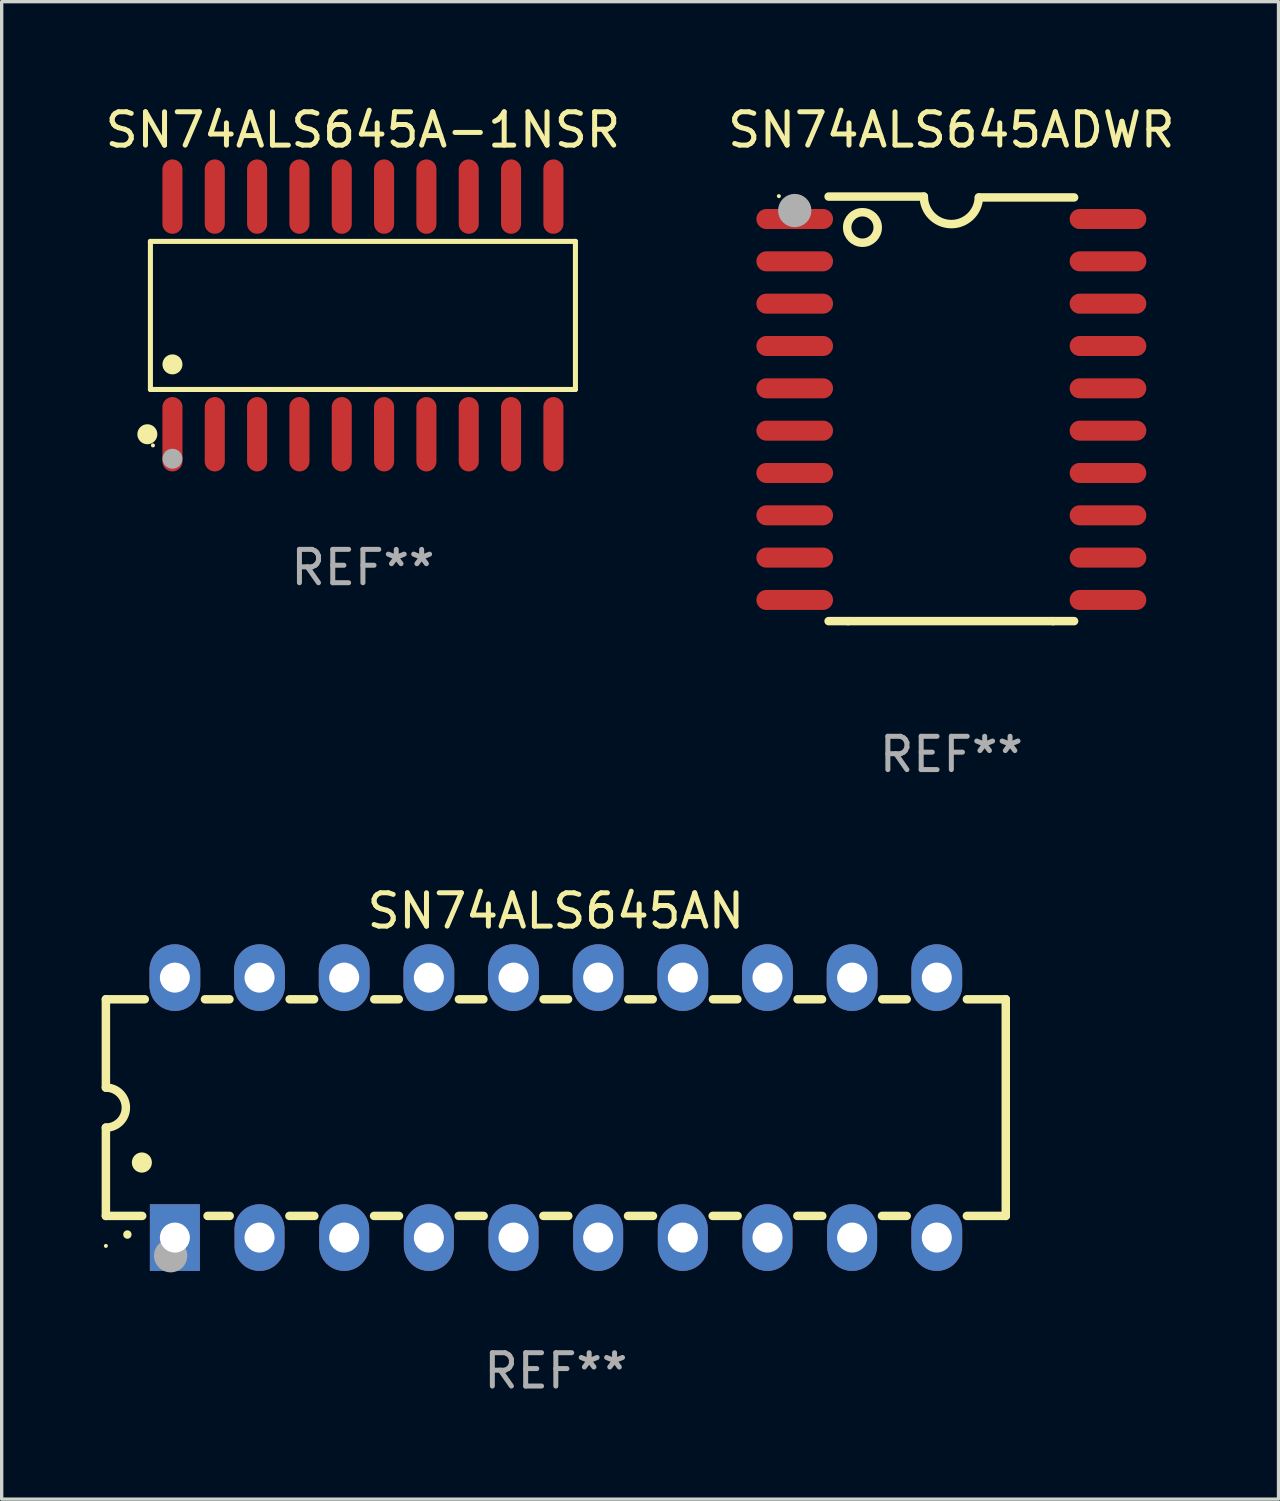
<source format=kicad_pcb>
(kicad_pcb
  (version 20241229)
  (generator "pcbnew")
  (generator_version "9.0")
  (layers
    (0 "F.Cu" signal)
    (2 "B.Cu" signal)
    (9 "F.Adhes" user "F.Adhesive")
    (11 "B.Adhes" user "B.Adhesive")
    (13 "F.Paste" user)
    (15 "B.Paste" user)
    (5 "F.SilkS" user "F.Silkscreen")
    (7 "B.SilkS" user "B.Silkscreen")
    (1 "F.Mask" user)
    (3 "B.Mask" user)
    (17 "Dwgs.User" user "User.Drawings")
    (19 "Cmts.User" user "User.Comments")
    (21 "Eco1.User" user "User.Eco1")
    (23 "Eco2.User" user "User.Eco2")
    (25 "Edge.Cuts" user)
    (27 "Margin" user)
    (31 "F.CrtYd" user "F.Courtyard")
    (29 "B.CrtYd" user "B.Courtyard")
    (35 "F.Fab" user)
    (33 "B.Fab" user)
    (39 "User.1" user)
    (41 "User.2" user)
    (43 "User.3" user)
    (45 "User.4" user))
  (footprint "SN74ALS645A-1NSR"
    (layer "F.Cu")
    (at 7.839 6.414)
    (property "Reference" "SN74ALS645A-1NSR" (at 0 -5.565 0) (layer "F.SilkS") (effects (font (size 1 1) (thickness 0.15))))
    (attr through_hole)
    (fp_line (start -6.376 -2.221) (end 6.376 -2.221) (stroke (width 0.152) (type solid)) (layer "F.SilkS"))
    (fp_line (start -6.376 2.221) (end -6.376 -2.221) (stroke (width 0.152) (type solid)) (layer "F.SilkS"))
    (fp_line (start 6.376 -2.221) (end 6.376 2.221) (stroke (width 0.152) (type solid)) (layer "F.SilkS"))
    (fp_line (start 6.376 2.221) (end -6.376 2.221) (stroke (width 0.152) (type solid)) (layer "F.SilkS"))
    (fp_circle (center -6.468 3.565) (end -6.318 3.565) (stroke (width 0.3) (type solid)) (fill no) (layer "F.SilkS"))
    (fp_circle (center -6.3 3.9) (end -6.27 3.9) (stroke (width 0.06) (type solid)) (fill no) (layer "F.SilkS"))
    (fp_circle (center -5.715 1.469) (end -5.565 1.469) (stroke (width 0.3) (type solid)) (fill no) (layer "F.SilkS"))
    (fp_circle (center -5.715 4.3) (end -5.565 4.3) (stroke (width 0.3) (type solid)) (fill no) (layer "F.Fab"))
    (fp_text user "REF**" (at 0 7.565 0) (layer "F.Fab") (effects (font (size 1 1) (thickness 0.15))))
    (pad "1" smd oval (at -5.715 3.565) (size 0.602 2.231) (layers "F.Cu" "F.Mask" "F.Paste"))
    (pad "2" smd oval (at -4.445 3.565) (size 0.602 2.231) (layers "F.Cu" "F.Mask" "F.Paste"))
    (pad "3" smd oval (at -3.175 3.565) (size 0.602 2.231) (layers "F.Cu" "F.Mask" "F.Paste"))
    (pad "4" smd oval (at -1.905 3.565) (size 0.602 2.231) (layers "F.Cu" "F.Mask" "F.Paste"))
    (pad "5" smd oval (at -0.635 3.565) (size 0.602 2.231) (layers "F.Cu" "F.Mask" "F.Paste"))
    (pad "6" smd oval (at 0.635 3.565) (size 0.602 2.231) (layers "F.Cu" "F.Mask" "F.Paste"))
    (pad "7" smd oval (at 1.905 3.565) (size 0.602 2.231) (layers "F.Cu" "F.Mask" "F.Paste"))
    (pad "8" smd oval (at 3.175 3.565) (size 0.602 2.231) (layers "F.Cu" "F.Mask" "F.Paste"))
    (pad "9" smd oval (at 4.445 3.565) (size 0.602 2.231) (layers "F.Cu" "F.Mask" "F.Paste"))
    (pad "10" smd oval (at 5.715 3.565) (size 0.602 2.231) (layers "F.Cu" "F.Mask" "F.Paste"))
    (pad "11" smd oval (at 5.715 -3.565) (size 0.602 2.231) (layers "F.Cu" "F.Mask" "F.Paste"))
    (pad "12" smd oval (at 4.445 -3.565) (size 0.602 2.231) (layers "F.Cu" "F.Mask" "F.Paste"))
    (pad "13" smd oval (at 3.175 -3.565) (size 0.602 2.231) (layers "F.Cu" "F.Mask" "F.Paste"))
    (pad "14" smd oval (at 1.905 -3.565) (size 0.602 2.231) (layers "F.Cu" "F.Mask" "F.Paste"))
    (pad "15" smd oval (at 0.635 -3.565) (size 0.602 2.231) (layers "F.Cu" "F.Mask" "F.Paste"))
    (pad "16" smd oval (at -0.635 -3.565) (size 0.602 2.231) (layers "F.Cu" "F.Mask" "F.Paste"))
    (pad "17" smd oval (at -1.905 -3.565) (size 0.602 2.231) (layers "F.Cu" "F.Mask" "F.Paste"))
    (pad "18" smd oval (at -3.175 -3.565) (size 0.602 2.231) (layers "F.Cu" "F.Mask" "F.Paste"))
    (pad "19" smd oval (at -4.445 -3.565) (size 0.602 2.231) (layers "F.Cu" "F.Mask" "F.Paste"))
    (pad "20" smd oval (at -5.715 -3.565) (size 0.602 2.231) (layers "F.Cu" "F.Mask" "F.Paste")))
  (footprint "SN74ALS645AN"
    (layer "F.Cu")
    (at 13.627 30.182)
    (property "Reference" "SN74ALS645AN" (at 0 -5.9 0) (layer "F.SilkS") (effects (font (size 1 1) (thickness 0.15))))
    (attr through_hole)
    (fp_line (start -13.5 -3.25) (end -12.333 -3.25) (stroke (width 0.254) (type solid)) (layer "F.SilkS"))
    (fp_line (start -13.5 -0.6) (end -13.5 -3.25) (stroke (width 0.254) (type solid)) (layer "F.SilkS"))
    (fp_line (start -13.5 3.25) (end -13.5 0.6) (stroke (width 0.254) (type solid)) (layer "F.SilkS"))
    (fp_line (start -13.5 3.25) (end -12.411 3.25) (stroke (width 0.254) (type solid)) (layer "F.SilkS"))
    (fp_line (start -10.527 -3.25) (end -9.793 -3.25) (stroke (width 0.254) (type solid)) (layer "F.SilkS"))
    (fp_line (start -10.449 3.25) (end -9.786 3.25) (stroke (width 0.254) (type solid)) (layer "F.SilkS"))
    (fp_line (start -7.994 3.25) (end -7.246 3.25) (stroke (width 0.254) (type solid)) (layer "F.SilkS"))
    (fp_line (start -7.987 -3.25) (end -7.253 -3.25) (stroke (width 0.254) (type solid)) (layer "F.SilkS"))
    (fp_line (start -5.454 3.25) (end -4.706 3.25) (stroke (width 0.254) (type solid)) (layer "F.SilkS"))
    (fp_line (start -5.447 -3.25) (end -4.713 -3.25) (stroke (width 0.254) (type solid)) (layer "F.SilkS"))
    (fp_line (start -2.914 3.25) (end -2.166 3.25) (stroke (width 0.254) (type solid)) (layer "F.SilkS"))
    (fp_line (start -2.907 -3.25) (end -2.173 -3.25) (stroke (width 0.254) (type solid)) (layer "F.SilkS"))
    (fp_line (start -0.374 3.25) (end 0.374 3.25) (stroke (width 0.254) (type solid)) (layer "F.SilkS"))
    (fp_line (start -0.367 -3.25) (end 0.367 -3.25) (stroke (width 0.254) (type solid)) (layer "F.SilkS"))
    (fp_line (start 2.166 3.25) (end 2.914 3.25) (stroke (width 0.254) (type solid)) (layer "F.SilkS"))
    (fp_line (start 2.173 -3.25) (end 2.907 -3.25) (stroke (width 0.254) (type solid)) (layer "F.SilkS"))
    (fp_line (start 4.706 3.25) (end 5.454 3.25) (stroke (width 0.254) (type solid)) (layer "F.SilkS"))
    (fp_line (start 4.713 -3.25) (end 5.447 -3.25) (stroke (width 0.254) (type solid)) (layer "F.SilkS"))
    (fp_line (start 7.246 3.25) (end 7.994 3.25) (stroke (width 0.254) (type solid)) (layer "F.SilkS"))
    (fp_line (start 7.253 -3.25) (end 7.987 -3.25) (stroke (width 0.254) (type solid)) (layer "F.SilkS"))
    (fp_line (start 9.786 3.25) (end 10.527 3.25) (stroke (width 0.254) (type solid)) (layer "F.SilkS"))
    (fp_line (start 9.793 -3.25) (end 10.527 -3.25) (stroke (width 0.254) (type solid)) (layer "F.SilkS"))
    (fp_line (start 12.333 -3.25) (end 13.5 -3.25) (stroke (width 0.254) (type solid)) (layer "F.SilkS"))
    (fp_line (start 12.333 3.25) (end 13.5 3.25) (stroke (width 0.254) (type solid)) (layer "F.SilkS"))
    (fp_line (start 13.5 -3.25) (end 13.5 3.25) (stroke (width 0.254) (type solid)) (layer "F.SilkS"))
    (fp_arc (start -13.500127 -0.599442) (mid -12.900406 0.000228) (end -13.500025 0.6) (stroke (width 0.254001) (type solid)) (layer "F.SilkS"))
    (fp_arc (start -12.854966 3.810008) (mid -12.854973 3.808738) (end -12.854966 3.807468) (stroke (width 0.25) (type solid)) (layer "F.SilkS"))
    (fp_arc (start -12.420625 1.651003) (mid -12.420636 1.648463) (end -12.420625 1.645923) (stroke (width 0.6) (type solid)) (layer "F.SilkS"))
    (fp_circle (center -13.5 4.15) (end -13.47 4.15) (stroke (width 0.06) (type solid)) (fill no) (layer "F.SilkS"))
    (fp_circle (center -11.557 4.445) (end -11.307 4.445) (stroke (width 0.5) (type solid)) (fill no) (layer "F.Fab"))
    (fp_text user "REF**" (at 0 7.9 0) (layer "F.Fab") (effects (font (size 1 1) (thickness 0.15))))
    (pad "1" thru_hole rect (at -11.43 3.9 90) (size 2 1.5) (drill 0.9) (layers "*.Cu" "*.Mask"))
    (pad "2" thru_hole oval (at -8.89 3.9 90) (size 2 1.5) (drill 0.9) (layers "*.Cu" "*.Mask"))
    (pad "3" thru_hole oval (at -6.35 3.9 90) (size 2 1.5) (drill 0.9) (layers "*.Cu" "*.Mask"))
    (pad "4" thru_hole oval (at -3.81 3.9 90) (size 2 1.5) (drill 0.9) (layers "*.Cu" "*.Mask"))
    (pad "5" thru_hole oval (at -1.27 3.9 90) (size 2 1.5) (drill 0.9) (layers "*.Cu" "*.Mask"))
    (pad "6" thru_hole oval (at 1.27 3.9 90) (size 2 1.5) (drill 0.9) (layers "*.Cu" "*.Mask"))
    (pad "7" thru_hole oval (at 3.81 3.9 90) (size 2 1.5) (drill 0.9) (layers "*.Cu" "*.Mask"))
    (pad "8" thru_hole oval (at 6.35 3.9 90) (size 2 1.5) (drill 0.9) (layers "*.Cu" "*.Mask"))
    (pad "9" thru_hole oval (at 8.89 3.9 90) (size 2 1.5) (drill 0.9) (layers "*.Cu" "*.Mask"))
    (pad "10" thru_hole oval (at 11.43 3.9 90) (size 2 1.524) (drill 0.9) (layers "*.Cu" "*.Mask"))
    (pad "11" thru_hole oval (at 11.43 -3.9 90) (size 2 1.524) (drill 0.9) (layers "*.Cu" "*.Mask"))
    (pad "12" thru_hole oval (at 8.89 -3.9 90) (size 2 1.524) (drill 0.9) (layers "*.Cu" "*.Mask"))
    (pad "13" thru_hole oval (at 6.35 -3.9 90) (size 2 1.524) (drill 0.9) (layers "*.Cu" "*.Mask"))
    (pad "14" thru_hole oval (at 3.81 -3.9 90) (size 2 1.524) (drill 0.9) (layers "*.Cu" "*.Mask"))
    (pad "15" thru_hole oval (at 1.27 -3.9 90) (size 2 1.524) (drill 0.9) (layers "*.Cu" "*.Mask"))
    (pad "16" thru_hole oval (at -1.27 -3.9 90) (size 2 1.524) (drill 0.9) (layers "*.Cu" "*.Mask"))
    (pad "17" thru_hole oval (at -3.81 -3.9 90) (size 2 1.524) (drill 0.9) (layers "*.Cu" "*.Mask"))
    (pad "18" thru_hole oval (at -6.35 -3.9 90) (size 2 1.524) (drill 0.9) (layers "*.Cu" "*.Mask"))
    (pad "19" thru_hole oval (at -8.89 -3.9 90) (size 2 1.524) (drill 0.9) (layers "*.Cu" "*.Mask"))
    (pad "20" thru_hole oval (at -11.43 -3.9 90) (size 2 1.524) (drill 0.9) (layers "*.Cu" "*.Mask")))
  (footprint "SN74ALS645ADWR"
    (layer "F.Cu")
    (at 25.494 9.217)
    (property "Reference" "SN74ALS645ADWR" (at 0 -8.369 0) (layer "F.SilkS") (effects (font (size 1 1) (thickness 0.15))))
    (attr through_hole)
    (fp_line (start -3.096 6.369) (end -3.683 6.369) (stroke (width 0.254) (type solid)) (layer "F.SilkS"))
    (fp_line (start -0.825 -6.369) (end -3.683 -6.369) (stroke (width 0.254) (type solid)) (layer "F.SilkS"))
    (fp_line (start 0.826 -6.343) (end 3.683 -6.343) (stroke (width 0.254) (type solid)) (layer "F.SilkS"))
    (fp_line (start 3.048 6.369) (end -3.096 6.369) (stroke (width 0.254) (type solid)) (layer "F.SilkS"))
    (fp_line (start 3.048 6.369) (end 3.683 6.369) (stroke (width 0.254) (type solid)) (layer "F.SilkS"))
    (fp_arc (start 0.825527 -6.343129) (mid -0.012478 -5.543126) (end -0.825476 -6.36853) (stroke (width 0.254001) (type solid)) (layer "F.SilkS"))
    (fp_circle (center -5.175 -6.382) (end -5.145 -6.382) (stroke (width 0.06) (type solid)) (fill no) (layer "F.SilkS"))
    (fp_circle (center -2.667 -5.442) (end -2.209 -5.442) (stroke (width 0.254) (type solid)) (fill no) (layer "F.SilkS"))
    (fp_circle (center -4.699 -5.95) (end -4.449 -5.95) (stroke (width 0.5) (type solid)) (fill no) (layer "F.Fab"))
    (fp_text user "REF**" (at 0 10.369 0) (layer "F.Fab") (effects (font (size 1 1) (thickness 0.15))))
    (pad "1" smd oval (at -4.7 -5.696 90) (size 0.6 2.3) (layers "F.Cu" "F.Mask" "F.Paste"))
    (pad "2" smd oval (at -4.7 -4.426 90) (size 0.6 2.3) (layers "F.Cu" "F.Mask" "F.Paste"))
    (pad "3" smd oval (at -4.7 -3.156 90) (size 0.6 2.3) (layers "F.Cu" "F.Mask" "F.Paste"))
    (pad "4" smd oval (at -4.7 -1.886 90) (size 0.6 2.3) (layers "F.Cu" "F.Mask" "F.Paste"))
    (pad "5" smd oval (at -4.7 -0.616 90) (size 0.6 2.3) (layers "F.Cu" "F.Mask" "F.Paste"))
    (pad "6" smd oval (at -4.7 0.654 90) (size 0.6 2.3) (layers "F.Cu" "F.Mask" "F.Paste"))
    (pad "7" smd oval (at -4.7 1.924 90) (size 0.6 2.3) (layers "F.Cu" "F.Mask" "F.Paste"))
    (pad "8" smd oval (at -4.7 3.194 90) (size 0.6 2.3) (layers "F.Cu" "F.Mask" "F.Paste"))
    (pad "9" smd oval (at -4.7 4.464 90) (size 0.6 2.3) (layers "F.Cu" "F.Mask" "F.Paste"))
    (pad "10" smd oval (at -4.7 5.734 90) (size 0.6 2.3) (layers "F.Cu" "F.Mask" "F.Paste"))
    (pad "11" smd oval (at 4.7 5.734 90) (size 0.6 2.3) (layers "F.Cu" "F.Mask" "F.Paste"))
    (pad "12" smd oval (at 4.7 4.464 90) (size 0.6 2.3) (layers "F.Cu" "F.Mask" "F.Paste"))
    (pad "13" smd oval (at 4.7 3.194 90) (size 0.6 2.3) (layers "F.Cu" "F.Mask" "F.Paste"))
    (pad "14" smd oval (at 4.7 1.924 90) (size 0.6 2.3) (layers "F.Cu" "F.Mask" "F.Paste"))
    (pad "15" smd oval (at 4.7 0.654 90) (size 0.6 2.3) (layers "F.Cu" "F.Mask" "F.Paste"))
    (pad "16" smd oval (at 4.7 -0.616 90) (size 0.6 2.3) (layers "F.Cu" "F.Mask" "F.Paste"))
    (pad "17" smd oval (at 4.7 -1.886 90) (size 0.6 2.3) (layers "F.Cu" "F.Mask" "F.Paste"))
    (pad "18" smd oval (at 4.7 -3.156 90) (size 0.6 2.3) (layers "F.Cu" "F.Mask" "F.Paste"))
    (pad "19" smd oval (at 4.7 -4.426 90) (size 0.6 2.3) (layers "F.Cu" "F.Mask" "F.Paste"))
    (pad "20" smd oval (at 4.7 -5.696 90) (size 0.6 2.3) (layers "F.Cu" "F.Mask" "F.Paste")))
  (gr_rect
    (start -3 -3)
    (end 35.31 41.93)
    (stroke (width 0.1) (type default))
    (fill no)
    (layer "Edge.Cuts")))
</source>
